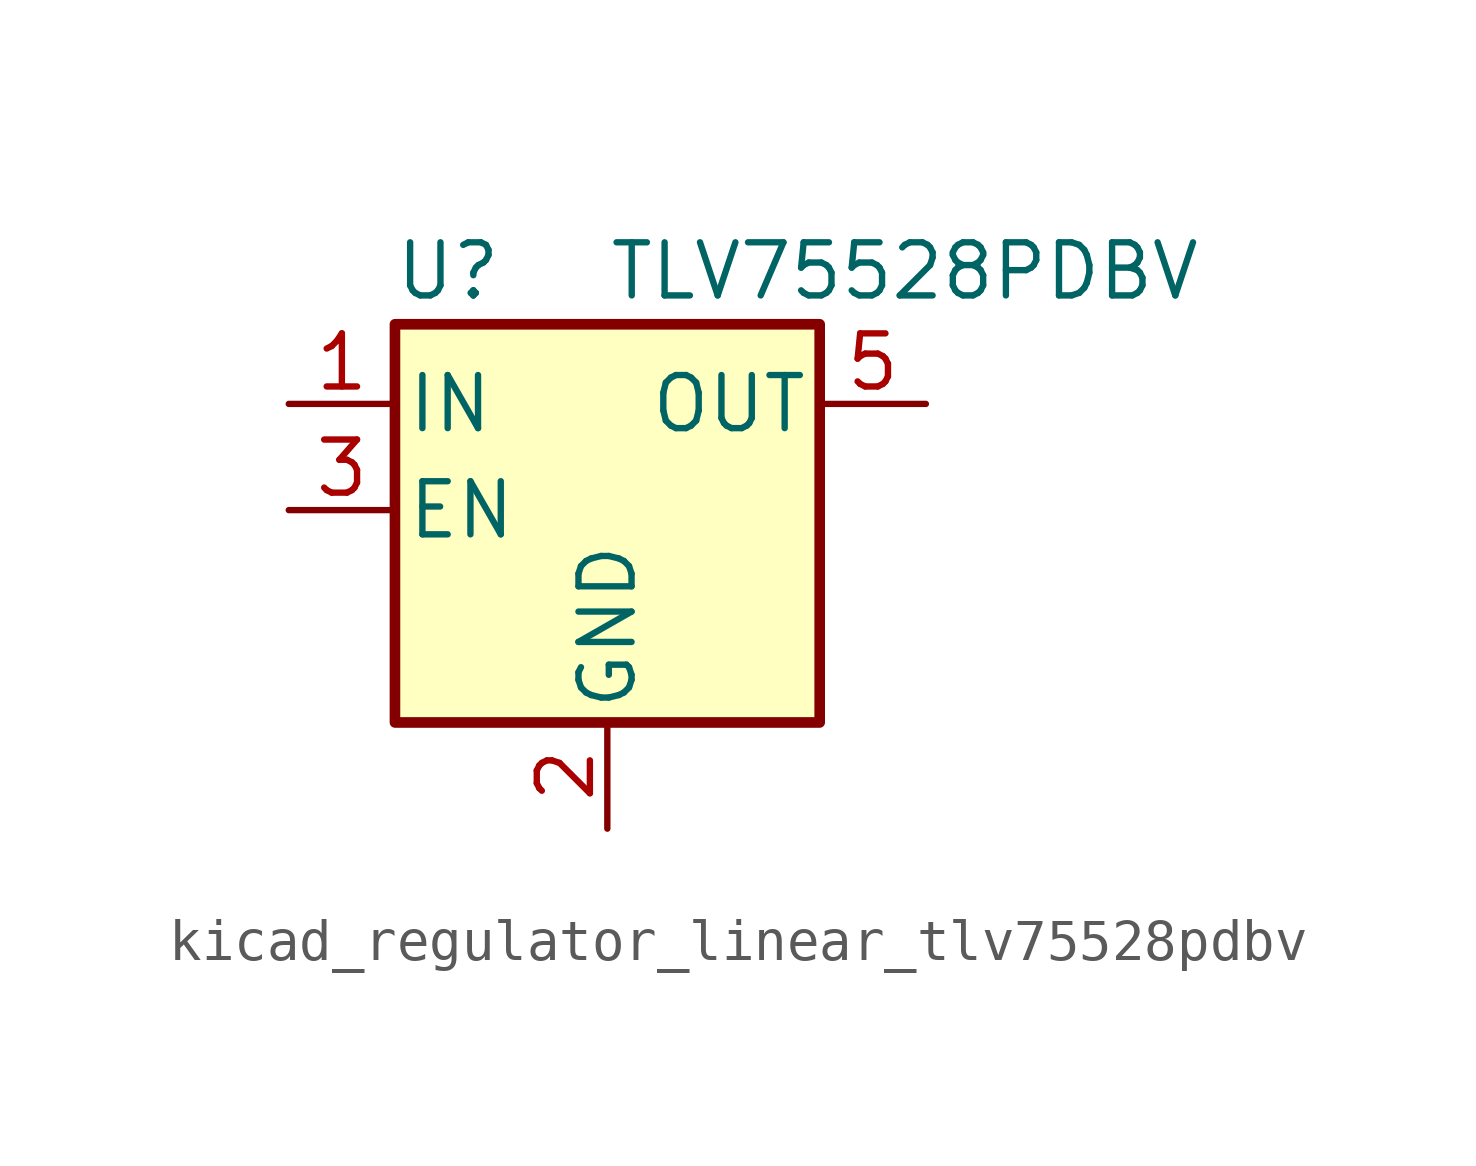
<source format=kicad_sym>
(kicad_symbol_lib
  (version 20220914)
  (generator kicad_symbol_editor)
  (symbol "kicad_regulator_linear_tlv75528pdbv"
    (pin_names
      (offset 0.254))
    (property "Reference" "U"
      (at -3.81 5.715 0)
      (effects (font (size 1.27 1.27))))
    (property "Value" "TLV75528PDBV"
      (at 0 5.715 0)
      (effects (font (size 1.27 1.27)) (justify left)))
    (symbol "kicad_regulator_linear_tlv75528pdbv_0_1"
      (rectangle (start -5.08 4.445) (end 5.08 -5.08) (stroke (width 0.254) (type default)) (fill (type background))))
    (symbol "kicad_regulator_linear_tlv75528pdbv_1_1"
      (pin power_in line (at -7.62 2.54 0) (length 2.54) (name "IN" (effects (font (size 1.27 1.27)))) (number "1" (effects (font (size 1.27 1.27)))))
      (pin power_in line (at 0 -7.62 90) (length 2.54) (name "GND" (effects (font (size 1.27 1.27)))) (number "2" (effects (font (size 1.27 1.27)))))
      (pin input line (at -7.62 0 0) (length 2.54) (name "EN" (effects (font (size 1.27 1.27)))) (number "3" (effects (font (size 1.27 1.27)))))
      (pin no_connect line (at 5.08 0 180) (length 2.54) hide (name "NC" (effects (font (size 1.27 1.27)))) (number "4" (effects (font (size 1.27 1.27)))))
      (pin power_out line (at 7.62 2.54 180) (length 2.54) (name "OUT" (effects (font (size 1.27 1.27)))) (number "5" (effects (font (size 1.27 1.27))))))))
</source>
